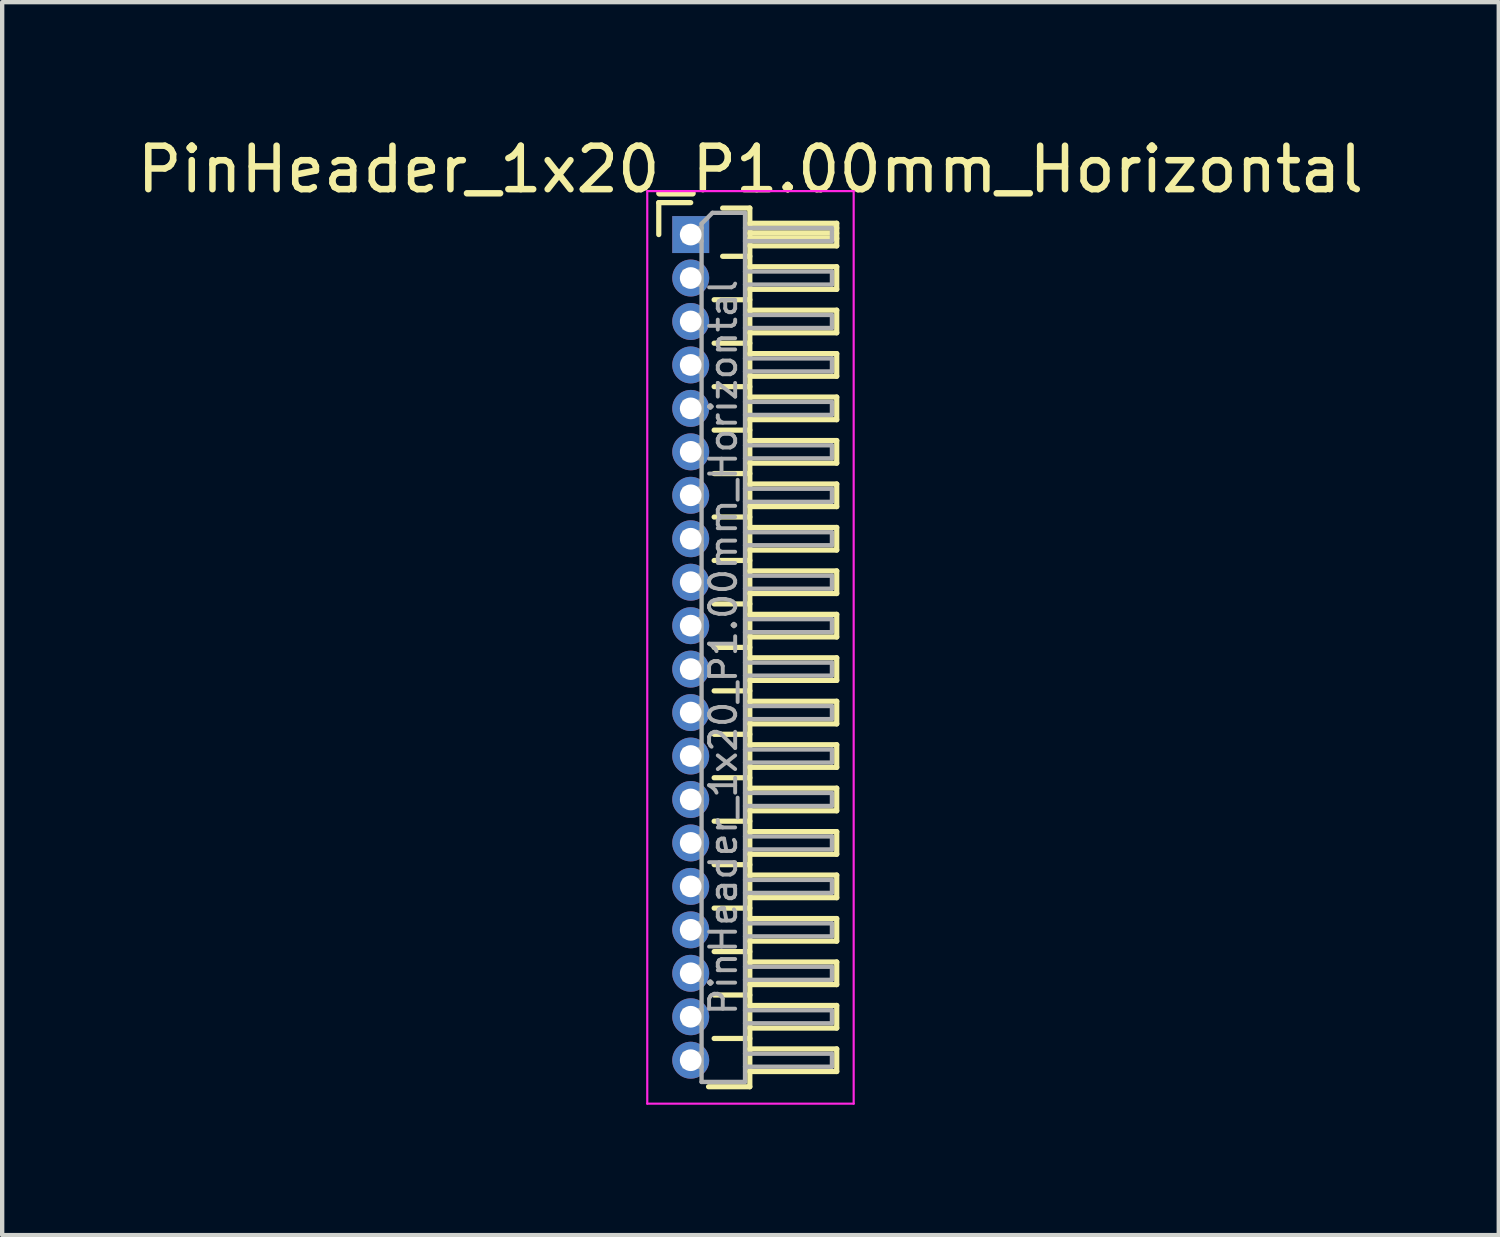
<source format=kicad_pcb>
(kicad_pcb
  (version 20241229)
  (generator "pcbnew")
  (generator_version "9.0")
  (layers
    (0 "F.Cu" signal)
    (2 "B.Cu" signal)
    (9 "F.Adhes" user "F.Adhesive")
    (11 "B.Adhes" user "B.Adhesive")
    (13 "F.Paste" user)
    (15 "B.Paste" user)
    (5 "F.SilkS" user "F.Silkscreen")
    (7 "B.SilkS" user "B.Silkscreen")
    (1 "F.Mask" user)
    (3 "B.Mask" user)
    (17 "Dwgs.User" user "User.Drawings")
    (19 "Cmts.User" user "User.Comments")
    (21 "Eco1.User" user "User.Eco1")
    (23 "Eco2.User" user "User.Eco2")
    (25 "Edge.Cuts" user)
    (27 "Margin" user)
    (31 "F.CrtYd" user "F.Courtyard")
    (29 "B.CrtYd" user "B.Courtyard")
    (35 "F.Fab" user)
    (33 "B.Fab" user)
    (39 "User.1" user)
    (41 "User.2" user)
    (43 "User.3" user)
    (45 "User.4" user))
  (footprint "PinHeader_1x20_P1.00mm_Horizontal"
    (layer "F.Cu")
    (at 12.845 2.348)
    (property "Reference" "PinHeader_1x20_P1.00mm_Horizontal" (at 1.375 -1.5 0) (layer "F.SilkS") (effects (font (size 1 1) (thickness 0.15))))
    (attr through_hole)
    (fp_line (start -0.735 -0.735) (end 0 -0.735) (stroke (width 0.12) (type solid)) (layer "F.SilkS"))
    (fp_line (start -0.735 0) (end -0.735 -0.735) (stroke (width 0.12) (type solid)) (layer "F.SilkS"))
    (fp_line (start 0.539 1.5) (end 1.36 1.5) (stroke (width 0.12) (type solid)) (layer "F.SilkS"))
    (fp_line (start 0.539 2.5) (end 1.36 2.5) (stroke (width 0.12) (type solid)) (layer "F.SilkS"))
    (fp_line (start 0.539 3.5) (end 1.36 3.5) (stroke (width 0.12) (type solid)) (layer "F.SilkS"))
    (fp_line (start 0.539 4.5) (end 1.36 4.5) (stroke (width 0.12) (type solid)) (layer "F.SilkS"))
    (fp_line (start 0.539 5.5) (end 1.36 5.5) (stroke (width 0.12) (type solid)) (layer "F.SilkS"))
    (fp_line (start 0.539 6.5) (end 1.36 6.5) (stroke (width 0.12) (type solid)) (layer "F.SilkS"))
    (fp_line (start 0.539 7.5) (end 1.36 7.5) (stroke (width 0.12) (type solid)) (layer "F.SilkS"))
    (fp_line (start 0.539 8.5) (end 1.36 8.5) (stroke (width 0.12) (type solid)) (layer "F.SilkS"))
    (fp_line (start 0.539 9.5) (end 1.36 9.5) (stroke (width 0.12) (type solid)) (layer "F.SilkS"))
    (fp_line (start 0.539 10.5) (end 1.36 10.5) (stroke (width 0.12) (type solid)) (layer "F.SilkS"))
    (fp_line (start 0.539 11.5) (end 1.36 11.5) (stroke (width 0.12) (type solid)) (layer "F.SilkS"))
    (fp_line (start 0.539 12.5) (end 1.36 12.5) (stroke (width 0.12) (type solid)) (layer "F.SilkS"))
    (fp_line (start 0.539 13.5) (end 1.36 13.5) (stroke (width 0.12) (type solid)) (layer "F.SilkS"))
    (fp_line (start 0.539 14.5) (end 1.36 14.5) (stroke (width 0.12) (type solid)) (layer "F.SilkS"))
    (fp_line (start 0.539 15.5) (end 1.36 15.5) (stroke (width 0.12) (type solid)) (layer "F.SilkS"))
    (fp_line (start 0.539 16.5) (end 1.36 16.5) (stroke (width 0.12) (type solid)) (layer "F.SilkS"))
    (fp_line (start 0.539 17.5) (end 1.36 17.5) (stroke (width 0.12) (type solid)) (layer "F.SilkS"))
    (fp_line (start 0.539 18.5) (end 1.36 18.5) (stroke (width 0.12) (type solid)) (layer "F.SilkS"))
    (fp_line (start 0.735 -0.61) (end 1.36 -0.61) (stroke (width 0.12) (type solid)) (layer "F.SilkS"))
    (fp_line (start 0.735 0.5) (end 1.36 0.5) (stroke (width 0.12) (type solid)) (layer "F.SilkS"))
    (fp_line (start 1.36 -0.61) (end 1.36 19.61) (stroke (width 0.12) (type solid)) (layer "F.SilkS"))
    (fp_line (start 1.36 -0.26) (end 3.36 -0.26) (stroke (width 0.12) (type solid)) (layer "F.SilkS"))
    (fp_line (start 1.36 -0.15) (end 3.36 -0.15) (stroke (width 0.12) (type solid)) (layer "F.SilkS"))
    (fp_line (start 1.36 -0.03) (end 3.36 -0.03) (stroke (width 0.12) (type solid)) (layer "F.SilkS"))
    (fp_line (start 1.36 0.09) (end 3.36 0.09) (stroke (width 0.12) (type solid)) (layer "F.SilkS"))
    (fp_line (start 1.36 0.74) (end 3.36 0.74) (stroke (width 0.12) (type solid)) (layer "F.SilkS"))
    (fp_line (start 1.36 1.74) (end 3.36 1.74) (stroke (width 0.12) (type solid)) (layer "F.SilkS"))
    (fp_line (start 1.36 2.74) (end 3.36 2.74) (stroke (width 0.12) (type solid)) (layer "F.SilkS"))
    (fp_line (start 1.36 3.74) (end 3.36 3.74) (stroke (width 0.12) (type solid)) (layer "F.SilkS"))
    (fp_line (start 1.36 4.74) (end 3.36 4.74) (stroke (width 0.12) (type solid)) (layer "F.SilkS"))
    (fp_line (start 1.36 5.74) (end 3.36 5.74) (stroke (width 0.12) (type solid)) (layer "F.SilkS"))
    (fp_line (start 1.36 6.74) (end 3.36 6.74) (stroke (width 0.12) (type solid)) (layer "F.SilkS"))
    (fp_line (start 1.36 7.74) (end 3.36 7.74) (stroke (width 0.12) (type solid)) (layer "F.SilkS"))
    (fp_line (start 1.36 8.74) (end 3.36 8.74) (stroke (width 0.12) (type solid)) (layer "F.SilkS"))
    (fp_line (start 1.36 9.74) (end 3.36 9.74) (stroke (width 0.12) (type solid)) (layer "F.SilkS"))
    (fp_line (start 1.36 10.74) (end 3.36 10.74) (stroke (width 0.12) (type solid)) (layer "F.SilkS"))
    (fp_line (start 1.36 11.74) (end 3.36 11.74) (stroke (width 0.12) (type solid)) (layer "F.SilkS"))
    (fp_line (start 1.36 12.74) (end 3.36 12.74) (stroke (width 0.12) (type solid)) (layer "F.SilkS"))
    (fp_line (start 1.36 13.74) (end 3.36 13.74) (stroke (width 0.12) (type solid)) (layer "F.SilkS"))
    (fp_line (start 1.36 14.74) (end 3.36 14.74) (stroke (width 0.12) (type solid)) (layer "F.SilkS"))
    (fp_line (start 1.36 15.74) (end 3.36 15.74) (stroke (width 0.12) (type solid)) (layer "F.SilkS"))
    (fp_line (start 1.36 16.74) (end 3.36 16.74) (stroke (width 0.12) (type solid)) (layer "F.SilkS"))
    (fp_line (start 1.36 17.74) (end 3.36 17.74) (stroke (width 0.12) (type solid)) (layer "F.SilkS"))
    (fp_line (start 1.36 18.74) (end 3.36 18.74) (stroke (width 0.12) (type solid)) (layer "F.SilkS"))
    (fp_line (start 1.36 19.61) (end 0.41 19.61) (stroke (width 0.12) (type solid)) (layer "F.SilkS"))
    (fp_line (start 3.36 -0.26) (end 3.36 0.26) (stroke (width 0.12) (type solid)) (layer "F.SilkS"))
    (fp_line (start 3.36 0.26) (end 1.36 0.26) (stroke (width 0.12) (type solid)) (layer "F.SilkS"))
    (fp_line (start 3.36 0.74) (end 3.36 1.26) (stroke (width 0.12) (type solid)) (layer "F.SilkS"))
    (fp_line (start 3.36 1.26) (end 1.36 1.26) (stroke (width 0.12) (type solid)) (layer "F.SilkS"))
    (fp_line (start 3.36 1.74) (end 3.36 2.26) (stroke (width 0.12) (type solid)) (layer "F.SilkS"))
    (fp_line (start 3.36 2.26) (end 1.36 2.26) (stroke (width 0.12) (type solid)) (layer "F.SilkS"))
    (fp_line (start 3.36 2.74) (end 3.36 3.26) (stroke (width 0.12) (type solid)) (layer "F.SilkS"))
    (fp_line (start 3.36 3.26) (end 1.36 3.26) (stroke (width 0.12) (type solid)) (layer "F.SilkS"))
    (fp_line (start 3.36 3.74) (end 3.36 4.26) (stroke (width 0.12) (type solid)) (layer "F.SilkS"))
    (fp_line (start 3.36 4.26) (end 1.36 4.26) (stroke (width 0.12) (type solid)) (layer "F.SilkS"))
    (fp_line (start 3.36 4.74) (end 3.36 5.26) (stroke (width 0.12) (type solid)) (layer "F.SilkS"))
    (fp_line (start 3.36 5.26) (end 1.36 5.26) (stroke (width 0.12) (type solid)) (layer "F.SilkS"))
    (fp_line (start 3.36 5.74) (end 3.36 6.26) (stroke (width 0.12) (type solid)) (layer "F.SilkS"))
    (fp_line (start 3.36 6.26) (end 1.36 6.26) (stroke (width 0.12) (type solid)) (layer "F.SilkS"))
    (fp_line (start 3.36 6.74) (end 3.36 7.26) (stroke (width 0.12) (type solid)) (layer "F.SilkS"))
    (fp_line (start 3.36 7.26) (end 1.36 7.26) (stroke (width 0.12) (type solid)) (layer "F.SilkS"))
    (fp_line (start 3.36 7.74) (end 3.36 8.26) (stroke (width 0.12) (type solid)) (layer "F.SilkS"))
    (fp_line (start 3.36 8.26) (end 1.36 8.26) (stroke (width 0.12) (type solid)) (layer "F.SilkS"))
    (fp_line (start 3.36 8.74) (end 3.36 9.26) (stroke (width 0.12) (type solid)) (layer "F.SilkS"))
    (fp_line (start 3.36 9.26) (end 1.36 9.26) (stroke (width 0.12) (type solid)) (layer "F.SilkS"))
    (fp_line (start 3.36 9.74) (end 3.36 10.26) (stroke (width 0.12) (type solid)) (layer "F.SilkS"))
    (fp_line (start 3.36 10.26) (end 1.36 10.26) (stroke (width 0.12) (type solid)) (layer "F.SilkS"))
    (fp_line (start 3.36 10.74) (end 3.36 11.26) (stroke (width 0.12) (type solid)) (layer "F.SilkS"))
    (fp_line (start 3.36 11.26) (end 1.36 11.26) (stroke (width 0.12) (type solid)) (layer "F.SilkS"))
    (fp_line (start 3.36 11.74) (end 3.36 12.26) (stroke (width 0.12) (type solid)) (layer "F.SilkS"))
    (fp_line (start 3.36 12.26) (end 1.36 12.26) (stroke (width 0.12) (type solid)) (layer "F.SilkS"))
    (fp_line (start 3.36 12.74) (end 3.36 13.26) (stroke (width 0.12) (type solid)) (layer "F.SilkS"))
    (fp_line (start 3.36 13.26) (end 1.36 13.26) (stroke (width 0.12) (type solid)) (layer "F.SilkS"))
    (fp_line (start 3.36 13.74) (end 3.36 14.26) (stroke (width 0.12) (type solid)) (layer "F.SilkS"))
    (fp_line (start 3.36 14.26) (end 1.36 14.26) (stroke (width 0.12) (type solid)) (layer "F.SilkS"))
    (fp_line (start 3.36 14.74) (end 3.36 15.26) (stroke (width 0.12) (type solid)) (layer "F.SilkS"))
    (fp_line (start 3.36 15.26) (end 1.36 15.26) (stroke (width 0.12) (type solid)) (layer "F.SilkS"))
    (fp_line (start 3.36 15.74) (end 3.36 16.26) (stroke (width 0.12) (type solid)) (layer "F.SilkS"))
    (fp_line (start 3.36 16.26) (end 1.36 16.26) (stroke (width 0.12) (type solid)) (layer "F.SilkS"))
    (fp_line (start 3.36 16.74) (end 3.36 17.26) (stroke (width 0.12) (type solid)) (layer "F.SilkS"))
    (fp_line (start 3.36 17.26) (end 1.36 17.26) (stroke (width 0.12) (type solid)) (layer "F.SilkS"))
    (fp_line (start 3.36 17.74) (end 3.36 18.26) (stroke (width 0.12) (type solid)) (layer "F.SilkS"))
    (fp_line (start 3.36 18.26) (end 1.36 18.26) (stroke (width 0.12) (type solid)) (layer "F.SilkS"))
    (fp_line (start 3.36 18.74) (end 3.36 19.26) (stroke (width 0.12) (type solid)) (layer "F.SilkS"))
    (fp_line (start 3.36 19.26) (end 1.36 19.26) (stroke (width 0.12) (type solid)) (layer "F.SilkS"))
    (fp_line (start -1 -1) (end -1 20) (stroke (width 0.05) (type solid)) (layer "F.CrtYd"))
    (fp_line (start -1 20) (end 3.75 20) (stroke (width 0.05) (type solid)) (layer "F.CrtYd"))
    (fp_line (start 3.75 -1) (end -1 -1) (stroke (width 0.05) (type solid)) (layer "F.CrtYd"))
    (fp_line (start 3.75 20) (end 3.75 -1) (stroke (width 0.05) (type solid)) (layer "F.CrtYd"))
    (fp_line (start -0.15 -0.15) (end -0.15 0.15) (stroke (width 0.1) (type solid)) (layer "F.Fab"))
    (fp_line (start -0.15 -0.15) (end 0.25 -0.15) (stroke (width 0.1) (type solid)) (layer "F.Fab"))
    (fp_line (start -0.15 0.15) (end 0.25 0.15) (stroke (width 0.1) (type solid)) (layer "F.Fab"))
    (fp_line (start -0.15 0.85) (end -0.15 1.15) (stroke (width 0.1) (type solid)) (layer "F.Fab"))
    (fp_line (start -0.15 0.85) (end 0.25 0.85) (stroke (width 0.1) (type solid)) (layer "F.Fab"))
    (fp_line (start -0.15 1.15) (end 0.25 1.15) (stroke (width 0.1) (type solid)) (layer "F.Fab"))
    (fp_line (start -0.15 1.85) (end -0.15 2.15) (stroke (width 0.1) (type solid)) (layer "F.Fab"))
    (fp_line (start -0.15 1.85) (end 0.25 1.85) (stroke (width 0.1) (type solid)) (layer "F.Fab"))
    (fp_line (start -0.15 2.15) (end 0.25 2.15) (stroke (width 0.1) (type solid)) (layer "F.Fab"))
    (fp_line (start -0.15 2.85) (end -0.15 3.15) (stroke (width 0.1) (type solid)) (layer "F.Fab"))
    (fp_line (start -0.15 2.85) (end 0.25 2.85) (stroke (width 0.1) (type solid)) (layer "F.Fab"))
    (fp_line (start -0.15 3.15) (end 0.25 3.15) (stroke (width 0.1) (type solid)) (layer "F.Fab"))
    (fp_line (start -0.15 3.85) (end -0.15 4.15) (stroke (width 0.1) (type solid)) (layer "F.Fab"))
    (fp_line (start -0.15 3.85) (end 0.25 3.85) (stroke (width 0.1) (type solid)) (layer "F.Fab"))
    (fp_line (start -0.15 4.15) (end 0.25 4.15) (stroke (width 0.1) (type solid)) (layer "F.Fab"))
    (fp_line (start -0.15 4.85) (end -0.15 5.15) (stroke (width 0.1) (type solid)) (layer "F.Fab"))
    (fp_line (start -0.15 4.85) (end 0.25 4.85) (stroke (width 0.1) (type solid)) (layer "F.Fab"))
    (fp_line (start -0.15 5.15) (end 0.25 5.15) (stroke (width 0.1) (type solid)) (layer "F.Fab"))
    (fp_line (start -0.15 5.85) (end -0.15 6.15) (stroke (width 0.1) (type solid)) (layer "F.Fab"))
    (fp_line (start -0.15 5.85) (end 0.25 5.85) (stroke (width 0.1) (type solid)) (layer "F.Fab"))
    (fp_line (start -0.15 6.15) (end 0.25 6.15) (stroke (width 0.1) (type solid)) (layer "F.Fab"))
    (fp_line (start -0.15 6.85) (end -0.15 7.15) (stroke (width 0.1) (type solid)) (layer "F.Fab"))
    (fp_line (start -0.15 6.85) (end 0.25 6.85) (stroke (width 0.1) (type solid)) (layer "F.Fab"))
    (fp_line (start -0.15 7.15) (end 0.25 7.15) (stroke (width 0.1) (type solid)) (layer "F.Fab"))
    (fp_line (start -0.15 7.85) (end -0.15 8.15) (stroke (width 0.1) (type solid)) (layer "F.Fab"))
    (fp_line (start -0.15 7.85) (end 0.25 7.85) (stroke (width 0.1) (type solid)) (layer "F.Fab"))
    (fp_line (start -0.15 8.15) (end 0.25 8.15) (stroke (width 0.1) (type solid)) (layer "F.Fab"))
    (fp_line (start -0.15 8.85) (end -0.15 9.15) (stroke (width 0.1) (type solid)) (layer "F.Fab"))
    (fp_line (start -0.15 8.85) (end 0.25 8.85) (stroke (width 0.1) (type solid)) (layer "F.Fab"))
    (fp_line (start -0.15 9.15) (end 0.25 9.15) (stroke (width 0.1) (type solid)) (layer "F.Fab"))
    (fp_line (start -0.15 9.85) (end -0.15 10.15) (stroke (width 0.1) (type solid)) (layer "F.Fab"))
    (fp_line (start -0.15 9.85) (end 0.25 9.85) (stroke (width 0.1) (type solid)) (layer "F.Fab"))
    (fp_line (start -0.15 10.15) (end 0.25 10.15) (stroke (width 0.1) (type solid)) (layer "F.Fab"))
    (fp_line (start -0.15 10.85) (end -0.15 11.15) (stroke (width 0.1) (type solid)) (layer "F.Fab"))
    (fp_line (start -0.15 10.85) (end 0.25 10.85) (stroke (width 0.1) (type solid)) (layer "F.Fab"))
    (fp_line (start -0.15 11.15) (end 0.25 11.15) (stroke (width 0.1) (type solid)) (layer "F.Fab"))
    (fp_line (start -0.15 11.85) (end -0.15 12.15) (stroke (width 0.1) (type solid)) (layer "F.Fab"))
    (fp_line (start -0.15 11.85) (end 0.25 11.85) (stroke (width 0.1) (type solid)) (layer "F.Fab"))
    (fp_line (start -0.15 12.15) (end 0.25 12.15) (stroke (width 0.1) (type solid)) (layer "F.Fab"))
    (fp_line (start -0.15 12.85) (end -0.15 13.15) (stroke (width 0.1) (type solid)) (layer "F.Fab"))
    (fp_line (start -0.15 12.85) (end 0.25 12.85) (stroke (width 0.1) (type solid)) (layer "F.Fab"))
    (fp_line (start -0.15 13.15) (end 0.25 13.15) (stroke (width 0.1) (type solid)) (layer "F.Fab"))
    (fp_line (start -0.15 13.85) (end -0.15 14.15) (stroke (width 0.1) (type solid)) (layer "F.Fab"))
    (fp_line (start -0.15 13.85) (end 0.25 13.85) (stroke (width 0.1) (type solid)) (layer "F.Fab"))
    (fp_line (start -0.15 14.15) (end 0.25 14.15) (stroke (width 0.1) (type solid)) (layer "F.Fab"))
    (fp_line (start -0.15 14.85) (end -0.15 15.15) (stroke (width 0.1) (type solid)) (layer "F.Fab"))
    (fp_line (start -0.15 14.85) (end 0.25 14.85) (stroke (width 0.1) (type solid)) (layer "F.Fab"))
    (fp_line (start -0.15 15.15) (end 0.25 15.15) (stroke (width 0.1) (type solid)) (layer "F.Fab"))
    (fp_line (start -0.15 15.85) (end -0.15 16.15) (stroke (width 0.1) (type solid)) (layer "F.Fab"))
    (fp_line (start -0.15 15.85) (end 0.25 15.85) (stroke (width 0.1) (type solid)) (layer "F.Fab"))
    (fp_line (start -0.15 16.15) (end 0.25 16.15) (stroke (width 0.1) (type solid)) (layer "F.Fab"))
    (fp_line (start -0.15 16.85) (end -0.15 17.15) (stroke (width 0.1) (type solid)) (layer "F.Fab"))
    (fp_line (start -0.15 16.85) (end 0.25 16.85) (stroke (width 0.1) (type solid)) (layer "F.Fab"))
    (fp_line (start -0.15 17.15) (end 0.25 17.15) (stroke (width 0.1) (type solid)) (layer "F.Fab"))
    (fp_line (start -0.15 17.85) (end -0.15 18.15) (stroke (width 0.1) (type solid)) (layer "F.Fab"))
    (fp_line (start -0.15 17.85) (end 0.25 17.85) (stroke (width 0.1) (type solid)) (layer "F.Fab"))
    (fp_line (start -0.15 18.15) (end 0.25 18.15) (stroke (width 0.1) (type solid)) (layer "F.Fab"))
    (fp_line (start -0.15 18.85) (end -0.15 19.15) (stroke (width 0.1) (type solid)) (layer "F.Fab"))
    (fp_line (start -0.15 18.85) (end 0.25 18.85) (stroke (width 0.1) (type solid)) (layer "F.Fab"))
    (fp_line (start -0.15 19.15) (end 0.25 19.15) (stroke (width 0.1) (type solid)) (layer "F.Fab"))
    (fp_line (start 0.25 -0.25) (end 0.5 -0.5) (stroke (width 0.1) (type solid)) (layer "F.Fab"))
    (fp_line (start 0.25 19.5) (end 0.25 -0.25) (stroke (width 0.1) (type solid)) (layer "F.Fab"))
    (fp_line (start 0.5 -0.5) (end 1.25 -0.5) (stroke (width 0.1) (type solid)) (layer "F.Fab"))
    (fp_line (start 1.25 -0.5) (end 1.25 19.5) (stroke (width 0.1) (type solid)) (layer "F.Fab"))
    (fp_line (start 1.25 -0.15) (end 3.25 -0.15) (stroke (width 0.1) (type solid)) (layer "F.Fab"))
    (fp_line (start 1.25 0.15) (end 3.25 0.15) (stroke (width 0.1) (type solid)) (layer "F.Fab"))
    (fp_line (start 1.25 0.85) (end 3.25 0.85) (stroke (width 0.1) (type solid)) (layer "F.Fab"))
    (fp_line (start 1.25 1.15) (end 3.25 1.15) (stroke (width 0.1) (type solid)) (layer "F.Fab"))
    (fp_line (start 1.25 1.85) (end 3.25 1.85) (stroke (width 0.1) (type solid)) (layer "F.Fab"))
    (fp_line (start 1.25 2.15) (end 3.25 2.15) (stroke (width 0.1) (type solid)) (layer "F.Fab"))
    (fp_line (start 1.25 2.85) (end 3.25 2.85) (stroke (width 0.1) (type solid)) (layer "F.Fab"))
    (fp_line (start 1.25 3.15) (end 3.25 3.15) (stroke (width 0.1) (type solid)) (layer "F.Fab"))
    (fp_line (start 1.25 3.85) (end 3.25 3.85) (stroke (width 0.1) (type solid)) (layer "F.Fab"))
    (fp_line (start 1.25 4.15) (end 3.25 4.15) (stroke (width 0.1) (type solid)) (layer "F.Fab"))
    (fp_line (start 1.25 4.85) (end 3.25 4.85) (stroke (width 0.1) (type solid)) (layer "F.Fab"))
    (fp_line (start 1.25 5.15) (end 3.25 5.15) (stroke (width 0.1) (type solid)) (layer "F.Fab"))
    (fp_line (start 1.25 5.85) (end 3.25 5.85) (stroke (width 0.1) (type solid)) (layer "F.Fab"))
    (fp_line (start 1.25 6.15) (end 3.25 6.15) (stroke (width 0.1) (type solid)) (layer "F.Fab"))
    (fp_line (start 1.25 6.85) (end 3.25 6.85) (stroke (width 0.1) (type solid)) (layer "F.Fab"))
    (fp_line (start 1.25 7.15) (end 3.25 7.15) (stroke (width 0.1) (type solid)) (layer "F.Fab"))
    (fp_line (start 1.25 7.85) (end 3.25 7.85) (stroke (width 0.1) (type solid)) (layer "F.Fab"))
    (fp_line (start 1.25 8.15) (end 3.25 8.15) (stroke (width 0.1) (type solid)) (layer "F.Fab"))
    (fp_line (start 1.25 8.85) (end 3.25 8.85) (stroke (width 0.1) (type solid)) (layer "F.Fab"))
    (fp_line (start 1.25 9.15) (end 3.25 9.15) (stroke (width 0.1) (type solid)) (layer "F.Fab"))
    (fp_line (start 1.25 9.85) (end 3.25 9.85) (stroke (width 0.1) (type solid)) (layer "F.Fab"))
    (fp_line (start 1.25 10.15) (end 3.25 10.15) (stroke (width 0.1) (type solid)) (layer "F.Fab"))
    (fp_line (start 1.25 10.85) (end 3.25 10.85) (stroke (width 0.1) (type solid)) (layer "F.Fab"))
    (fp_line (start 1.25 11.15) (end 3.25 11.15) (stroke (width 0.1) (type solid)) (layer "F.Fab"))
    (fp_line (start 1.25 11.85) (end 3.25 11.85) (stroke (width 0.1) (type solid)) (layer "F.Fab"))
    (fp_line (start 1.25 12.15) (end 3.25 12.15) (stroke (width 0.1) (type solid)) (layer "F.Fab"))
    (fp_line (start 1.25 12.85) (end 3.25 12.85) (stroke (width 0.1) (type solid)) (layer "F.Fab"))
    (fp_line (start 1.25 13.15) (end 3.25 13.15) (stroke (width 0.1) (type solid)) (layer "F.Fab"))
    (fp_line (start 1.25 13.85) (end 3.25 13.85) (stroke (width 0.1) (type solid)) (layer "F.Fab"))
    (fp_line (start 1.25 14.15) (end 3.25 14.15) (stroke (width 0.1) (type solid)) (layer "F.Fab"))
    (fp_line (start 1.25 14.85) (end 3.25 14.85) (stroke (width 0.1) (type solid)) (layer "F.Fab"))
    (fp_line (start 1.25 15.15) (end 3.25 15.15) (stroke (width 0.1) (type solid)) (layer "F.Fab"))
    (fp_line (start 1.25 15.85) (end 3.25 15.85) (stroke (width 0.1) (type solid)) (layer "F.Fab"))
    (fp_line (start 1.25 16.15) (end 3.25 16.15) (stroke (width 0.1) (type solid)) (layer "F.Fab"))
    (fp_line (start 1.25 16.85) (end 3.25 16.85) (stroke (width 0.1) (type solid)) (layer "F.Fab"))
    (fp_line (start 1.25 17.15) (end 3.25 17.15) (stroke (width 0.1) (type solid)) (layer "F.Fab"))
    (fp_line (start 1.25 17.85) (end 3.25 17.85) (stroke (width 0.1) (type solid)) (layer "F.Fab"))
    (fp_line (start 1.25 18.15) (end 3.25 18.15) (stroke (width 0.1) (type solid)) (layer "F.Fab"))
    (fp_line (start 1.25 18.85) (end 3.25 18.85) (stroke (width 0.1) (type solid)) (layer "F.Fab"))
    (fp_line (start 1.25 19.15) (end 3.25 19.15) (stroke (width 0.1) (type solid)) (layer "F.Fab"))
    (fp_line (start 1.25 19.5) (end 0.25 19.5) (stroke (width 0.1) (type solid)) (layer "F.Fab"))
    (fp_line (start 3.25 -0.15) (end 3.25 0.15) (stroke (width 0.1) (type solid)) (layer "F.Fab"))
    (fp_line (start 3.25 0.85) (end 3.25 1.15) (stroke (width 0.1) (type solid)) (layer "F.Fab"))
    (fp_line (start 3.25 1.85) (end 3.25 2.15) (stroke (width 0.1) (type solid)) (layer "F.Fab"))
    (fp_line (start 3.25 2.85) (end 3.25 3.15) (stroke (width 0.1) (type solid)) (layer "F.Fab"))
    (fp_line (start 3.25 3.85) (end 3.25 4.15) (stroke (width 0.1) (type solid)) (layer "F.Fab"))
    (fp_line (start 3.25 4.85) (end 3.25 5.15) (stroke (width 0.1) (type solid)) (layer "F.Fab"))
    (fp_line (start 3.25 5.85) (end 3.25 6.15) (stroke (width 0.1) (type solid)) (layer "F.Fab"))
    (fp_line (start 3.25 6.85) (end 3.25 7.15) (stroke (width 0.1) (type solid)) (layer "F.Fab"))
    (fp_line (start 3.25 7.85) (end 3.25 8.15) (stroke (width 0.1) (type solid)) (layer "F.Fab"))
    (fp_line (start 3.25 8.85) (end 3.25 9.15) (stroke (width 0.1) (type solid)) (layer "F.Fab"))
    (fp_line (start 3.25 9.85) (end 3.25 10.15) (stroke (width 0.1) (type solid)) (layer "F.Fab"))
    (fp_line (start 3.25 10.85) (end 3.25 11.15) (stroke (width 0.1) (type solid)) (layer "F.Fab"))
    (fp_line (start 3.25 11.85) (end 3.25 12.15) (stroke (width 0.1) (type solid)) (layer "F.Fab"))
    (fp_line (start 3.25 12.85) (end 3.25 13.15) (stroke (width 0.1) (type solid)) (layer "F.Fab"))
    (fp_line (start 3.25 13.85) (end 3.25 14.15) (stroke (width 0.1) (type solid)) (layer "F.Fab"))
    (fp_line (start 3.25 14.85) (end 3.25 15.15) (stroke (width 0.1) (type solid)) (layer "F.Fab"))
    (fp_line (start 3.25 15.85) (end 3.25 16.15) (stroke (width 0.1) (type solid)) (layer "F.Fab"))
    (fp_line (start 3.25 16.85) (end 3.25 17.15) (stroke (width 0.1) (type solid)) (layer "F.Fab"))
    (fp_line (start 3.25 17.85) (end 3.25 18.15) (stroke (width 0.1) (type solid)) (layer "F.Fab"))
    (fp_line (start 3.25 18.85) (end 3.25 19.15) (stroke (width 0.1) (type solid)) (layer "F.Fab"))
    (fp_text user "${REFERENCE}" (at 0.75 9.5 90) (layer "F.Fab") (effects (font (size 0.6 0.6) (thickness 0.09))))
    (pad "1" thru_hole rect (at 0 0) (size 0.85 0.85) (drill 0.5) (layers "*.Cu" "*.Mask"))
    (pad "2" thru_hole circle (at 0 1) (size 0.85 0.85) (drill 0.5) (layers "*.Cu" "*.Mask"))
    (pad "3" thru_hole circle (at 0 2) (size 0.85 0.85) (drill 0.5) (layers "*.Cu" "*.Mask"))
    (pad "4" thru_hole circle (at 0 3) (size 0.85 0.85) (drill 0.5) (layers "*.Cu" "*.Mask"))
    (pad "5" thru_hole circle (at 0 4) (size 0.85 0.85) (drill 0.5) (layers "*.Cu" "*.Mask"))
    (pad "6" thru_hole circle (at 0 5) (size 0.85 0.85) (drill 0.5) (layers "*.Cu" "*.Mask"))
    (pad "7" thru_hole circle (at 0 6) (size 0.85 0.85) (drill 0.5) (layers "*.Cu" "*.Mask"))
    (pad "8" thru_hole circle (at 0 7) (size 0.85 0.85) (drill 0.5) (layers "*.Cu" "*.Mask"))
    (pad "9" thru_hole circle (at 0 8) (size 0.85 0.85) (drill 0.5) (layers "*.Cu" "*.Mask"))
    (pad "10" thru_hole circle (at 0 9) (size 0.85 0.85) (drill 0.5) (layers "*.Cu" "*.Mask"))
    (pad "11" thru_hole circle (at 0 10) (size 0.85 0.85) (drill 0.5) (layers "*.Cu" "*.Mask"))
    (pad "12" thru_hole circle (at 0 11) (size 0.85 0.85) (drill 0.5) (layers "*.Cu" "*.Mask"))
    (pad "13" thru_hole circle (at 0 12) (size 0.85 0.85) (drill 0.5) (layers "*.Cu" "*.Mask"))
    (pad "14" thru_hole circle (at 0 13) (size 0.85 0.85) (drill 0.5) (layers "*.Cu" "*.Mask"))
    (pad "15" thru_hole circle (at 0 14) (size 0.85 0.85) (drill 0.5) (layers "*.Cu" "*.Mask"))
    (pad "16" thru_hole circle (at 0 15) (size 0.85 0.85) (drill 0.5) (layers "*.Cu" "*.Mask"))
    (pad "17" thru_hole circle (at 0 16) (size 0.85 0.85) (drill 0.5) (layers "*.Cu" "*.Mask"))
    (pad "18" thru_hole circle (at 0 17) (size 0.85 0.85) (drill 0.5) (layers "*.Cu" "*.Mask"))
    (pad "19" thru_hole circle (at 0 18) (size 0.85 0.85) (drill 0.5) (layers "*.Cu" "*.Mask"))
    (pad "20" thru_hole circle (at 0 19) (size 0.85 0.85) (drill 0.5) (layers "*.Cu" "*.Mask")))
  (gr_rect
    (start -3 -3)
    (end 31.44 25.373)
    (stroke (width 0.1) (type default))
    (fill no)
    (layer "Edge.Cuts")))
</source>
